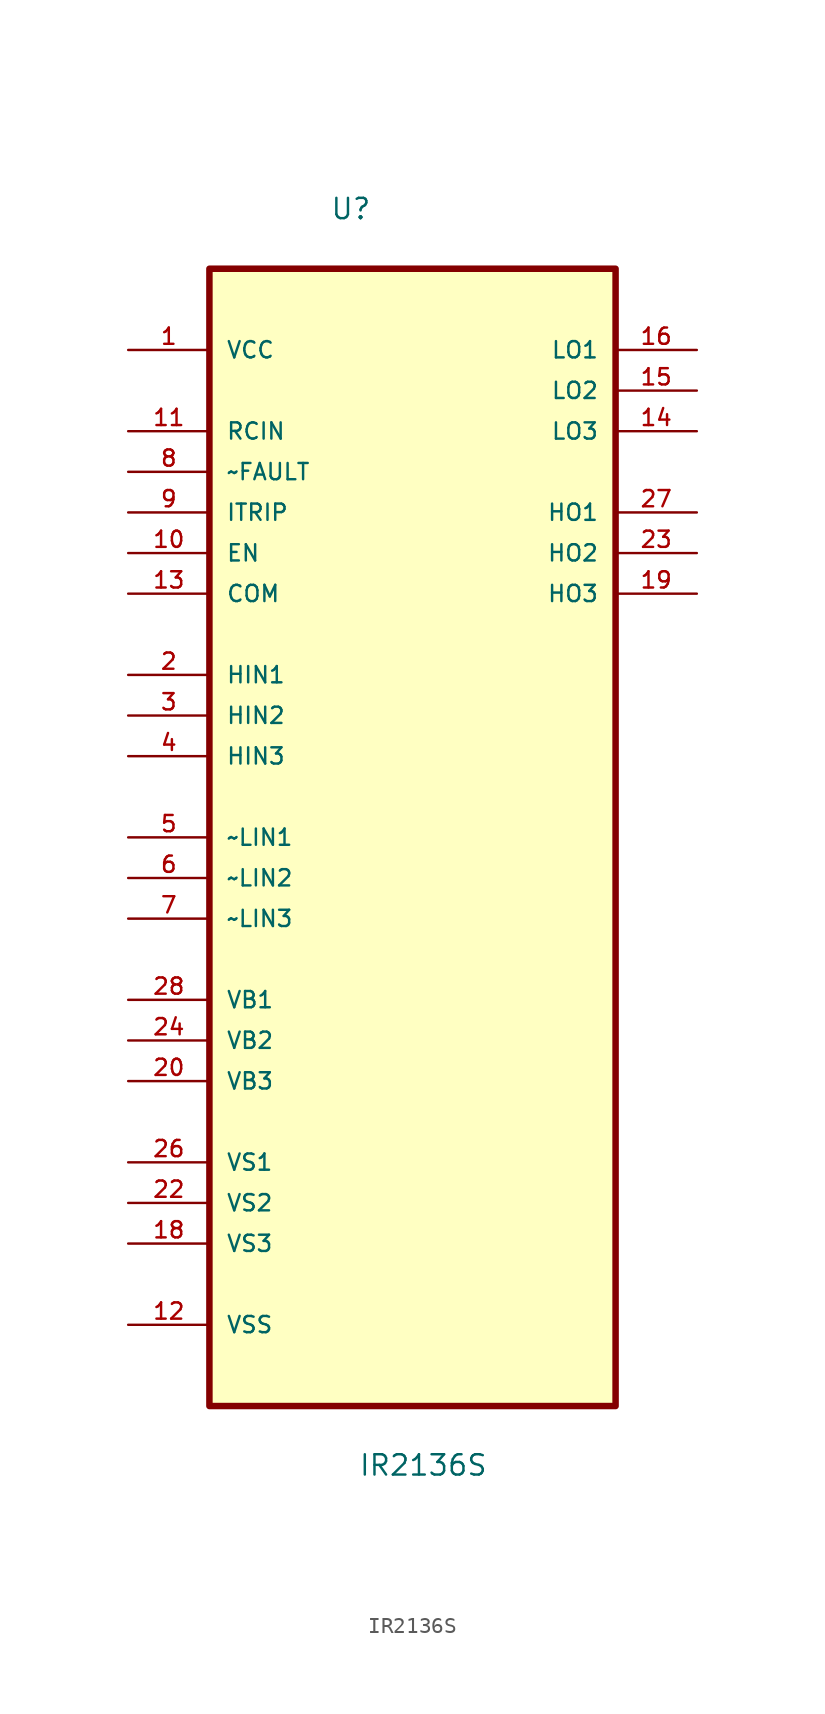
<source format=kicad_sym>
(kicad_symbol_lib
  (version 20211014)
  (generator kicad_symbol_editor)
  (symbol "IR2136S"
    (pin_names
      (offset 1.016))
    (property "Reference" "U"
      (at -5.164 36.021 0.0)
      (effects (font (size 1.27 1.27)) (justify bottom left)))
    (property "Value" "IR2136S"
      (at -3.385 -42.548 0.0)
      (effects (font (size 1.27 1.27)) (justify bottom left)))
    (symbol "IR2136S_0_0"
      (rectangle (start -12.7 -38.1) (end 12.7 33.02) (stroke (width 0.406)) (fill (type background)))
      (pin power_in line (at -17.78 27.94 0) (length 5.08) (name "VCC" (effects (font (size 1.016 1.016)))) (number "1" (effects (font (size 1.016 1.016)))))
      (pin input line (at -17.78 22.86 0) (length 5.08) (name "RCIN" (effects (font (size 1.016 1.016)))) (number "11" (effects (font (size 1.016 1.016)))))
      (pin input line (at -17.78 20.32 0) (length 5.08) (name "~FAULT" (effects (font (size 1.016 1.016)))) (number "8" (effects (font (size 1.016 1.016)))))
      (pin input line (at -17.78 17.78 0) (length 5.08) (name "ITRIP" (effects (font (size 1.016 1.016)))) (number "9" (effects (font (size 1.016 1.016)))))
      (pin input line (at -17.78 15.24 0) (length 5.08) (name "EN" (effects (font (size 1.016 1.016)))) (number "10" (effects (font (size 1.016 1.016)))))
      (pin input line (at -17.78 12.7 0) (length 5.08) (name "COM" (effects (font (size 1.016 1.016)))) (number "13" (effects (font (size 1.016 1.016)))))
      (pin input line (at -17.78 7.62 0) (length 5.08) (name "HIN1" (effects (font (size 1.016 1.016)))) (number "2" (effects (font (size 1.016 1.016)))))
      (pin input line (at -17.78 5.08 0) (length 5.08) (name "HIN2" (effects (font (size 1.016 1.016)))) (number "3" (effects (font (size 1.016 1.016)))))
      (pin input line (at -17.78 2.54 0) (length 5.08) (name "HIN3" (effects (font (size 1.016 1.016)))) (number "4" (effects (font (size 1.016 1.016)))))
      (pin input line (at -17.78 -2.54 0) (length 5.08) (name "~LIN1" (effects (font (size 1.016 1.016)))) (number "5" (effects (font (size 1.016 1.016)))))
      (pin input line (at -17.78 -5.08 0) (length 5.08) (name "~LIN2" (effects (font (size 1.016 1.016)))) (number "6" (effects (font (size 1.016 1.016)))))
      (pin input line (at -17.78 -7.62 0) (length 5.08) (name "~LIN3" (effects (font (size 1.016 1.016)))) (number "7" (effects (font (size 1.016 1.016)))))
      (pin input line (at -17.78 -12.7 0) (length 5.08) (name "VB1" (effects (font (size 1.016 1.016)))) (number "28" (effects (font (size 1.016 1.016)))))
      (pin input line (at -17.78 -15.24 0) (length 5.08) (name "VB2" (effects (font (size 1.016 1.016)))) (number "24" (effects (font (size 1.016 1.016)))))
      (pin output line (at -17.78 -17.78 0) (length 5.08) (name "VB3" (effects (font (size 1.016 1.016)))) (number "20" (effects (font (size 1.016 1.016)))))
      (pin input line (at -17.78 -22.86 0) (length 5.08) (name "VS1" (effects (font (size 1.016 1.016)))) (number "26" (effects (font (size 1.016 1.016)))))
      (pin output line (at -17.78 -25.4 0) (length 5.08) (name "VS2" (effects (font (size 1.016 1.016)))) (number "22" (effects (font (size 1.016 1.016)))))
      (pin output line (at -17.78 -27.94 0) (length 5.08) (name "VS3" (effects (font (size 1.016 1.016)))) (number "18" (effects (font (size 1.016 1.016)))))
      (pin passive line (at -17.78 -33.02 0) (length 5.08) (name "VSS" (effects (font (size 1.016 1.016)))) (number "12" (effects (font (size 1.016 1.016)))))
      (pin output line (at 17.78 27.94 180.0) (length 5.08) (name "LO1" (effects (font (size 1.016 1.016)))) (number "16" (effects (font (size 1.016 1.016)))))
      (pin output line (at 17.78 25.4 180.0) (length 5.08) (name "LO2" (effects (font (size 1.016 1.016)))) (number "15" (effects (font (size 1.016 1.016)))))
      (pin output line (at 17.78 22.86 180.0) (length 5.08) (name "LO3" (effects (font (size 1.016 1.016)))) (number "14" (effects (font (size 1.016 1.016)))))
      (pin output line (at 17.78 17.78 180.0) (length 5.08) (name "HO1" (effects (font (size 1.016 1.016)))) (number "27" (effects (font (size 1.016 1.016)))))
      (pin output line (at 17.78 15.24 180.0) (length 5.08) (name "HO2" (effects (font (size 1.016 1.016)))) (number "23" (effects (font (size 1.016 1.016)))))
      (pin output line (at 17.78 12.7 180.0) (length 5.08) (name "HO3" (effects (font (size 1.016 1.016)))) (number "19" (effects (font (size 1.016 1.016))))))))
</source>
